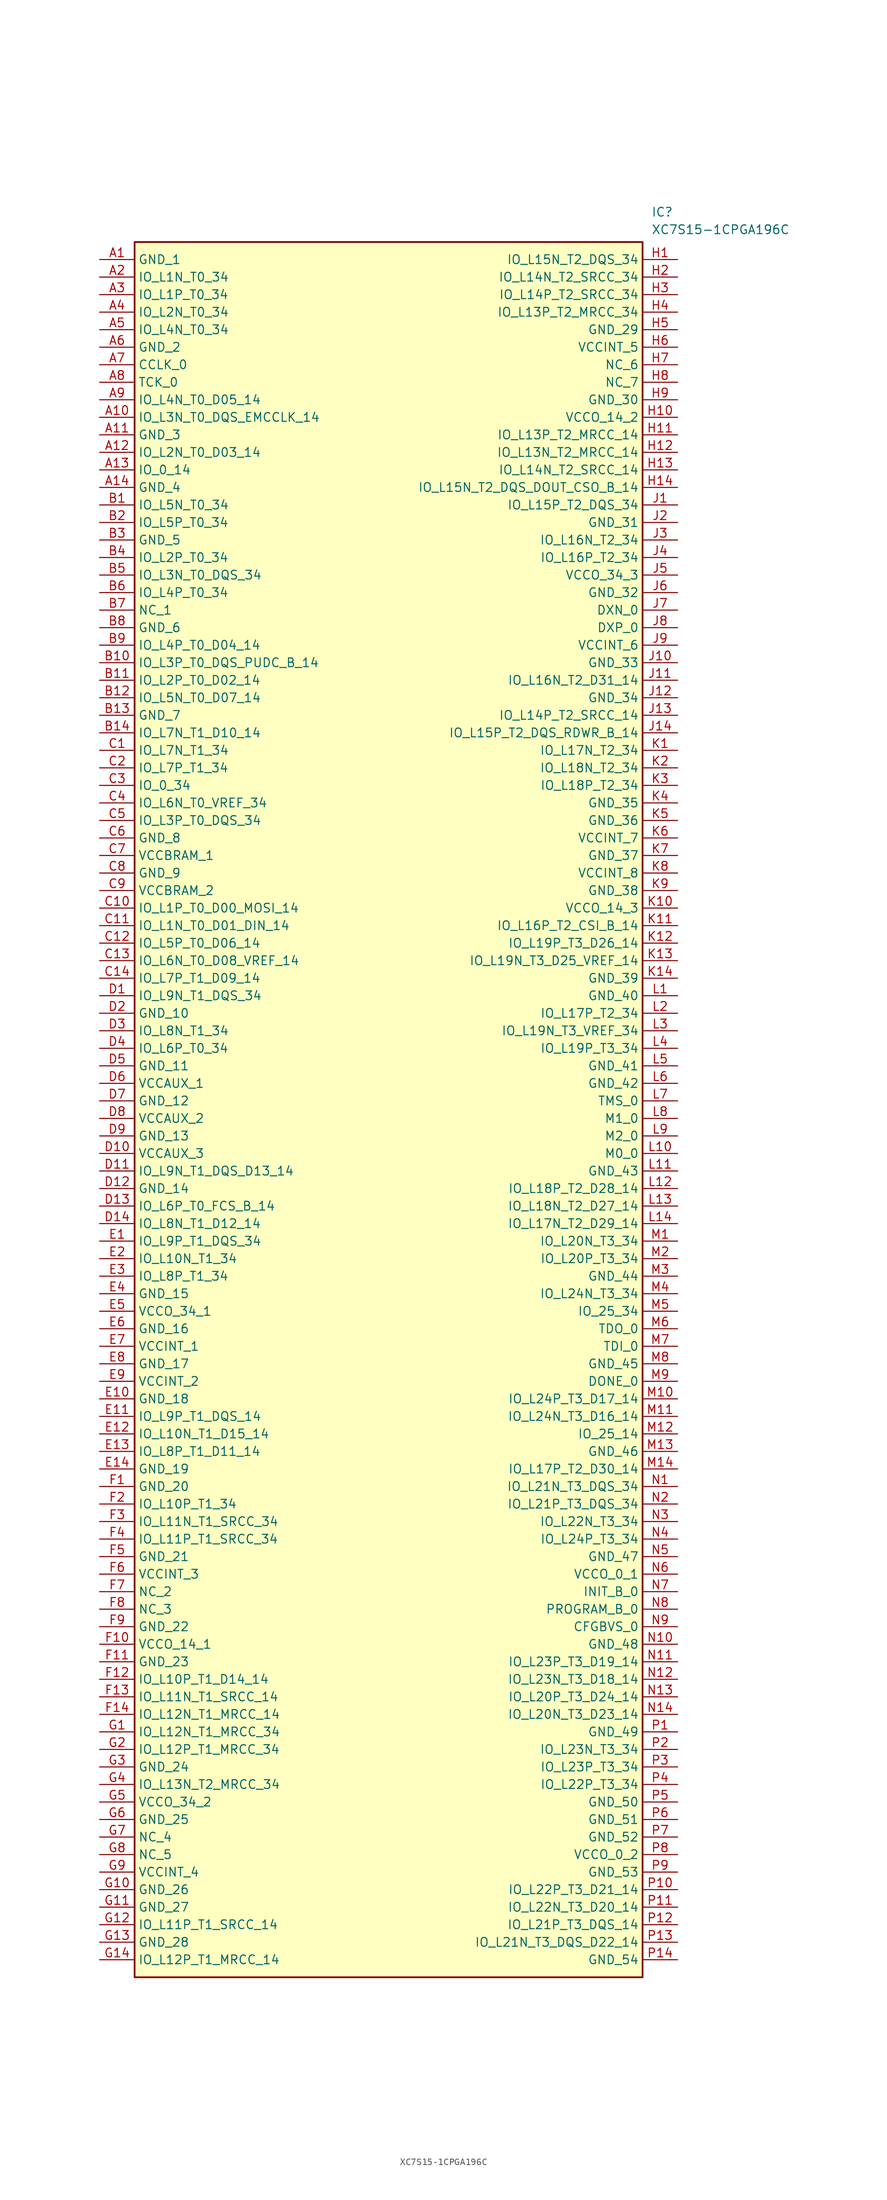
<source format=kicad_sym>
(kicad_symbol_lib
  (version 20231120)
  (generator "kicad_symbol_editor")
  (generator_version "8.0")
  (symbol "XC7S15-1CPGA196C"
    (property "Reference" "IC"
      (at 80.01 7.62 0)
      (effects (font (size 1.27 1.27)) (justify left top)))
    (property "Value" "XC7S15-1CPGA196C"
      (at 80.01 5.08 0)
      (effects (font (size 1.27 1.27)) (justify left top)))
    (symbol "XC7S15-1CPGA196C_1_1"
      (rectangle (start 5.08 2.54) (end 78.74 -248.92) (stroke (width 0.254) (type default)) (fill (type background)))
      (pin passive line (at 0 0 0) (length 5.08) (name "GND_1" (effects (font (size 1.27 1.27)))) (number "A1" (effects (font (size 1.27 1.27)))))
      (pin passive line (at 0 -22.86 0) (length 5.08) (name "IO_L3N_T0_DQS_EMCCLK_14" (effects (font (size 1.27 1.27)))) (number "A10" (effects (font (size 1.27 1.27)))))
      (pin passive line (at 0 -25.4 0) (length 5.08) (name "GND_3" (effects (font (size 1.27 1.27)))) (number "A11" (effects (font (size 1.27 1.27)))))
      (pin passive line (at 0 -27.94 0) (length 5.08) (name "IO_L2N_T0_D03_14" (effects (font (size 1.27 1.27)))) (number "A12" (effects (font (size 1.27 1.27)))))
      (pin passive line (at 0 -30.48 0) (length 5.08) (name "IO_0_14" (effects (font (size 1.27 1.27)))) (number "A13" (effects (font (size 1.27 1.27)))))
      (pin passive line (at 0 -33.02 0) (length 5.08) (name "GND_4" (effects (font (size 1.27 1.27)))) (number "A14" (effects (font (size 1.27 1.27)))))
      (pin passive line (at 0 -2.54 0) (length 5.08) (name "IO_L1N_T0_34" (effects (font (size 1.27 1.27)))) (number "A2" (effects (font (size 1.27 1.27)))))
      (pin passive line (at 0 -5.08 0) (length 5.08) (name "IO_L1P_T0_34" (effects (font (size 1.27 1.27)))) (number "A3" (effects (font (size 1.27 1.27)))))
      (pin passive line (at 0 -7.62 0) (length 5.08) (name "IO_L2N_T0_34" (effects (font (size 1.27 1.27)))) (number "A4" (effects (font (size 1.27 1.27)))))
      (pin passive line (at 0 -10.16 0) (length 5.08) (name "IO_L4N_T0_34" (effects (font (size 1.27 1.27)))) (number "A5" (effects (font (size 1.27 1.27)))))
      (pin passive line (at 0 -12.7 0) (length 5.08) (name "GND_2" (effects (font (size 1.27 1.27)))) (number "A6" (effects (font (size 1.27 1.27)))))
      (pin passive line (at 0 -15.24 0) (length 5.08) (name "CCLK_0" (effects (font (size 1.27 1.27)))) (number "A7" (effects (font (size 1.27 1.27)))))
      (pin passive line (at 0 -17.78 0) (length 5.08) (name "TCK_0" (effects (font (size 1.27 1.27)))) (number "A8" (effects (font (size 1.27 1.27)))))
      (pin passive line (at 0 -20.32 0) (length 5.08) (name "IO_L4N_T0_D05_14" (effects (font (size 1.27 1.27)))) (number "A9" (effects (font (size 1.27 1.27)))))
      (pin passive line (at 0 -35.56 0) (length 5.08) (name "IO_L5N_T0_34" (effects (font (size 1.27 1.27)))) (number "B1" (effects (font (size 1.27 1.27)))))
      (pin passive line (at 0 -58.42 0) (length 5.08) (name "IO_L3P_T0_DQS_PUDC_B_14" (effects (font (size 1.27 1.27)))) (number "B10" (effects (font (size 1.27 1.27)))))
      (pin passive line (at 0 -60.96 0) (length 5.08) (name "IO_L2P_T0_D02_14" (effects (font (size 1.27 1.27)))) (number "B11" (effects (font (size 1.27 1.27)))))
      (pin passive line (at 0 -63.5 0) (length 5.08) (name "IO_L5N_T0_D07_14" (effects (font (size 1.27 1.27)))) (number "B12" (effects (font (size 1.27 1.27)))))
      (pin passive line (at 0 -66.04 0) (length 5.08) (name "GND_7" (effects (font (size 1.27 1.27)))) (number "B13" (effects (font (size 1.27 1.27)))))
      (pin passive line (at 0 -68.58 0) (length 5.08) (name "IO_L7N_T1_D10_14" (effects (font (size 1.27 1.27)))) (number "B14" (effects (font (size 1.27 1.27)))))
      (pin passive line (at 0 -38.1 0) (length 5.08) (name "IO_L5P_T0_34" (effects (font (size 1.27 1.27)))) (number "B2" (effects (font (size 1.27 1.27)))))
      (pin passive line (at 0 -40.64 0) (length 5.08) (name "GND_5" (effects (font (size 1.27 1.27)))) (number "B3" (effects (font (size 1.27 1.27)))))
      (pin passive line (at 0 -43.18 0) (length 5.08) (name "IO_L2P_T0_34" (effects (font (size 1.27 1.27)))) (number "B4" (effects (font (size 1.27 1.27)))))
      (pin passive line (at 0 -45.72 0) (length 5.08) (name "IO_L3N_T0_DQS_34" (effects (font (size 1.27 1.27)))) (number "B5" (effects (font (size 1.27 1.27)))))
      (pin passive line (at 0 -48.26 0) (length 5.08) (name "IO_L4P_T0_34" (effects (font (size 1.27 1.27)))) (number "B6" (effects (font (size 1.27 1.27)))))
      (pin passive line (at 0 -50.8 0) (length 5.08) (name "NC_1" (effects (font (size 1.27 1.27)))) (number "B7" (effects (font (size 1.27 1.27)))))
      (pin passive line (at 0 -53.34 0) (length 5.08) (name "GND_6" (effects (font (size 1.27 1.27)))) (number "B8" (effects (font (size 1.27 1.27)))))
      (pin passive line (at 0 -55.88 0) (length 5.08) (name "IO_L4P_T0_D04_14" (effects (font (size 1.27 1.27)))) (number "B9" (effects (font (size 1.27 1.27)))))
      (pin passive line (at 0 -71.12 0) (length 5.08) (name "IO_L7N_T1_34" (effects (font (size 1.27 1.27)))) (number "C1" (effects (font (size 1.27 1.27)))))
      (pin passive line (at 0 -93.98 0) (length 5.08) (name "IO_L1P_T0_D00_MOSI_14" (effects (font (size 1.27 1.27)))) (number "C10" (effects (font (size 1.27 1.27)))))
      (pin passive line (at 0 -96.52 0) (length 5.08) (name "IO_L1N_T0_D01_DIN_14" (effects (font (size 1.27 1.27)))) (number "C11" (effects (font (size 1.27 1.27)))))
      (pin passive line (at 0 -99.06 0) (length 5.08) (name "IO_L5P_T0_D06_14" (effects (font (size 1.27 1.27)))) (number "C12" (effects (font (size 1.27 1.27)))))
      (pin passive line (at 0 -101.6 0) (length 5.08) (name "IO_L6N_T0_D08_VREF_14" (effects (font (size 1.27 1.27)))) (number "C13" (effects (font (size 1.27 1.27)))))
      (pin passive line (at 0 -104.14 0) (length 5.08) (name "IO_L7P_T1_D09_14" (effects (font (size 1.27 1.27)))) (number "C14" (effects (font (size 1.27 1.27)))))
      (pin passive line (at 0 -73.66 0) (length 5.08) (name "IO_L7P_T1_34" (effects (font (size 1.27 1.27)))) (number "C2" (effects (font (size 1.27 1.27)))))
      (pin passive line (at 0 -76.2 0) (length 5.08) (name "IO_0_34" (effects (font (size 1.27 1.27)))) (number "C3" (effects (font (size 1.27 1.27)))))
      (pin passive line (at 0 -78.74 0) (length 5.08) (name "IO_L6N_T0_VREF_34" (effects (font (size 1.27 1.27)))) (number "C4" (effects (font (size 1.27 1.27)))))
      (pin passive line (at 0 -81.28 0) (length 5.08) (name "IO_L3P_T0_DQS_34" (effects (font (size 1.27 1.27)))) (number "C5" (effects (font (size 1.27 1.27)))))
      (pin passive line (at 0 -83.82 0) (length 5.08) (name "GND_8" (effects (font (size 1.27 1.27)))) (number "C6" (effects (font (size 1.27 1.27)))))
      (pin passive line (at 0 -86.36 0) (length 5.08) (name "VCCBRAM_1" (effects (font (size 1.27 1.27)))) (number "C7" (effects (font (size 1.27 1.27)))))
      (pin passive line (at 0 -88.9 0) (length 5.08) (name "GND_9" (effects (font (size 1.27 1.27)))) (number "C8" (effects (font (size 1.27 1.27)))))
      (pin passive line (at 0 -91.44 0) (length 5.08) (name "VCCBRAM_2" (effects (font (size 1.27 1.27)))) (number "C9" (effects (font (size 1.27 1.27)))))
      (pin passive line (at 0 -106.68 0) (length 5.08) (name "IO_L9N_T1_DQS_34" (effects (font (size 1.27 1.27)))) (number "D1" (effects (font (size 1.27 1.27)))))
      (pin passive line (at 0 -129.54 0) (length 5.08) (name "VCCAUX_3" (effects (font (size 1.27 1.27)))) (number "D10" (effects (font (size 1.27 1.27)))))
      (pin passive line (at 0 -132.08 0) (length 5.08) (name "IO_L9N_T1_DQS_D13_14" (effects (font (size 1.27 1.27)))) (number "D11" (effects (font (size 1.27 1.27)))))
      (pin passive line (at 0 -134.62 0) (length 5.08) (name "GND_14" (effects (font (size 1.27 1.27)))) (number "D12" (effects (font (size 1.27 1.27)))))
      (pin passive line (at 0 -137.16 0) (length 5.08) (name "IO_L6P_T0_FCS_B_14" (effects (font (size 1.27 1.27)))) (number "D13" (effects (font (size 1.27 1.27)))))
      (pin passive line (at 0 -139.7 0) (length 5.08) (name "IO_L8N_T1_D12_14" (effects (font (size 1.27 1.27)))) (number "D14" (effects (font (size 1.27 1.27)))))
      (pin passive line (at 0 -109.22 0) (length 5.08) (name "GND_10" (effects (font (size 1.27 1.27)))) (number "D2" (effects (font (size 1.27 1.27)))))
      (pin passive line (at 0 -111.76 0) (length 5.08) (name "IO_L8N_T1_34" (effects (font (size 1.27 1.27)))) (number "D3" (effects (font (size 1.27 1.27)))))
      (pin passive line (at 0 -114.3 0) (length 5.08) (name "IO_L6P_T0_34" (effects (font (size 1.27 1.27)))) (number "D4" (effects (font (size 1.27 1.27)))))
      (pin passive line (at 0 -116.84 0) (length 5.08) (name "GND_11" (effects (font (size 1.27 1.27)))) (number "D5" (effects (font (size 1.27 1.27)))))
      (pin passive line (at 0 -119.38 0) (length 5.08) (name "VCCAUX_1" (effects (font (size 1.27 1.27)))) (number "D6" (effects (font (size 1.27 1.27)))))
      (pin passive line (at 0 -121.92 0) (length 5.08) (name "GND_12" (effects (font (size 1.27 1.27)))) (number "D7" (effects (font (size 1.27 1.27)))))
      (pin passive line (at 0 -124.46 0) (length 5.08) (name "VCCAUX_2" (effects (font (size 1.27 1.27)))) (number "D8" (effects (font (size 1.27 1.27)))))
      (pin passive line (at 0 -127 0) (length 5.08) (name "GND_13" (effects (font (size 1.27 1.27)))) (number "D9" (effects (font (size 1.27 1.27)))))
      (pin passive line (at 0 -142.24 0) (length 5.08) (name "IO_L9P_T1_DQS_34" (effects (font (size 1.27 1.27)))) (number "E1" (effects (font (size 1.27 1.27)))))
      (pin passive line (at 0 -165.1 0) (length 5.08) (name "GND_18" (effects (font (size 1.27 1.27)))) (number "E10" (effects (font (size 1.27 1.27)))))
      (pin passive line (at 0 -167.64 0) (length 5.08) (name "IO_L9P_T1_DQS_14" (effects (font (size 1.27 1.27)))) (number "E11" (effects (font (size 1.27 1.27)))))
      (pin passive line (at 0 -170.18 0) (length 5.08) (name "IO_L10N_T1_D15_14" (effects (font (size 1.27 1.27)))) (number "E12" (effects (font (size 1.27 1.27)))))
      (pin passive line (at 0 -172.72 0) (length 5.08) (name "IO_L8P_T1_D11_14" (effects (font (size 1.27 1.27)))) (number "E13" (effects (font (size 1.27 1.27)))))
      (pin passive line (at 0 -175.26 0) (length 5.08) (name "GND_19" (effects (font (size 1.27 1.27)))) (number "E14" (effects (font (size 1.27 1.27)))))
      (pin passive line (at 0 -144.78 0) (length 5.08) (name "IO_L10N_T1_34" (effects (font (size 1.27 1.27)))) (number "E2" (effects (font (size 1.27 1.27)))))
      (pin passive line (at 0 -147.32 0) (length 5.08) (name "IO_L8P_T1_34" (effects (font (size 1.27 1.27)))) (number "E3" (effects (font (size 1.27 1.27)))))
      (pin passive line (at 0 -149.86 0) (length 5.08) (name "GND_15" (effects (font (size 1.27 1.27)))) (number "E4" (effects (font (size 1.27 1.27)))))
      (pin passive line (at 0 -152.4 0) (length 5.08) (name "VCCO_34_1" (effects (font (size 1.27 1.27)))) (number "E5" (effects (font (size 1.27 1.27)))))
      (pin passive line (at 0 -154.94 0) (length 5.08) (name "GND_16" (effects (font (size 1.27 1.27)))) (number "E6" (effects (font (size 1.27 1.27)))))
      (pin passive line (at 0 -157.48 0) (length 5.08) (name "VCCINT_1" (effects (font (size 1.27 1.27)))) (number "E7" (effects (font (size 1.27 1.27)))))
      (pin passive line (at 0 -160.02 0) (length 5.08) (name "GND_17" (effects (font (size 1.27 1.27)))) (number "E8" (effects (font (size 1.27 1.27)))))
      (pin passive line (at 0 -162.56 0) (length 5.08) (name "VCCINT_2" (effects (font (size 1.27 1.27)))) (number "E9" (effects (font (size 1.27 1.27)))))
      (pin passive line (at 0 -177.8 0) (length 5.08) (name "GND_20" (effects (font (size 1.27 1.27)))) (number "F1" (effects (font (size 1.27 1.27)))))
      (pin passive line (at 0 -200.66 0) (length 5.08) (name "VCCO_14_1" (effects (font (size 1.27 1.27)))) (number "F10" (effects (font (size 1.27 1.27)))))
      (pin passive line (at 0 -203.2 0) (length 5.08) (name "GND_23" (effects (font (size 1.27 1.27)))) (number "F11" (effects (font (size 1.27 1.27)))))
      (pin passive line (at 0 -205.74 0) (length 5.08) (name "IO_L10P_T1_D14_14" (effects (font (size 1.27 1.27)))) (number "F12" (effects (font (size 1.27 1.27)))))
      (pin passive line (at 0 -208.28 0) (length 5.08) (name "IO_L11N_T1_SRCC_14" (effects (font (size 1.27 1.27)))) (number "F13" (effects (font (size 1.27 1.27)))))
      (pin passive line (at 0 -210.82 0) (length 5.08) (name "IO_L12N_T1_MRCC_14" (effects (font (size 1.27 1.27)))) (number "F14" (effects (font (size 1.27 1.27)))))
      (pin passive line (at 0 -180.34 0) (length 5.08) (name "IO_L10P_T1_34" (effects (font (size 1.27 1.27)))) (number "F2" (effects (font (size 1.27 1.27)))))
      (pin passive line (at 0 -182.88 0) (length 5.08) (name "IO_L11N_T1_SRCC_34" (effects (font (size 1.27 1.27)))) (number "F3" (effects (font (size 1.27 1.27)))))
      (pin passive line (at 0 -185.42 0) (length 5.08) (name "IO_L11P_T1_SRCC_34" (effects (font (size 1.27 1.27)))) (number "F4" (effects (font (size 1.27 1.27)))))
      (pin passive line (at 0 -187.96 0) (length 5.08) (name "GND_21" (effects (font (size 1.27 1.27)))) (number "F5" (effects (font (size 1.27 1.27)))))
      (pin passive line (at 0 -190.5 0) (length 5.08) (name "VCCINT_3" (effects (font (size 1.27 1.27)))) (number "F6" (effects (font (size 1.27 1.27)))))
      (pin passive line (at 0 -193.04 0) (length 5.08) (name "NC_2" (effects (font (size 1.27 1.27)))) (number "F7" (effects (font (size 1.27 1.27)))))
      (pin passive line (at 0 -195.58 0) (length 5.08) (name "NC_3" (effects (font (size 1.27 1.27)))) (number "F8" (effects (font (size 1.27 1.27)))))
      (pin passive line (at 0 -198.12 0) (length 5.08) (name "GND_22" (effects (font (size 1.27 1.27)))) (number "F9" (effects (font (size 1.27 1.27)))))
      (pin passive line (at 0 -213.36 0) (length 5.08) (name "IO_L12N_T1_MRCC_34" (effects (font (size 1.27 1.27)))) (number "G1" (effects (font (size 1.27 1.27)))))
      (pin passive line (at 0 -236.22 0) (length 5.08) (name "GND_26" (effects (font (size 1.27 1.27)))) (number "G10" (effects (font (size 1.27 1.27)))))
      (pin passive line (at 0 -238.76 0) (length 5.08) (name "GND_27" (effects (font (size 1.27 1.27)))) (number "G11" (effects (font (size 1.27 1.27)))))
      (pin passive line (at 0 -241.3 0) (length 5.08) (name "IO_L11P_T1_SRCC_14" (effects (font (size 1.27 1.27)))) (number "G12" (effects (font (size 1.27 1.27)))))
      (pin passive line (at 0 -243.84 0) (length 5.08) (name "GND_28" (effects (font (size 1.27 1.27)))) (number "G13" (effects (font (size 1.27 1.27)))))
      (pin passive line (at 0 -246.38 0) (length 5.08) (name "IO_L12P_T1_MRCC_14" (effects (font (size 1.27 1.27)))) (number "G14" (effects (font (size 1.27 1.27)))))
      (pin passive line (at 0 -215.9 0) (length 5.08) (name "IO_L12P_T1_MRCC_34" (effects (font (size 1.27 1.27)))) (number "G2" (effects (font (size 1.27 1.27)))))
      (pin passive line (at 0 -218.44 0) (length 5.08) (name "GND_24" (effects (font (size 1.27 1.27)))) (number "G3" (effects (font (size 1.27 1.27)))))
      (pin passive line (at 0 -220.98 0) (length 5.08) (name "IO_L13N_T2_MRCC_34" (effects (font (size 1.27 1.27)))) (number "G4" (effects (font (size 1.27 1.27)))))
      (pin passive line (at 0 -223.52 0) (length 5.08) (name "VCCO_34_2" (effects (font (size 1.27 1.27)))) (number "G5" (effects (font (size 1.27 1.27)))))
      (pin passive line (at 0 -226.06 0) (length 5.08) (name "GND_25" (effects (font (size 1.27 1.27)))) (number "G6" (effects (font (size 1.27 1.27)))))
      (pin passive line (at 0 -228.6 0) (length 5.08) (name "NC_4" (effects (font (size 1.27 1.27)))) (number "G7" (effects (font (size 1.27 1.27)))))
      (pin passive line (at 0 -231.14 0) (length 5.08) (name "NC_5" (effects (font (size 1.27 1.27)))) (number "G8" (effects (font (size 1.27 1.27)))))
      (pin passive line (at 0 -233.68 0) (length 5.08) (name "VCCINT_4" (effects (font (size 1.27 1.27)))) (number "G9" (effects (font (size 1.27 1.27)))))
      (pin passive line (at 83.82 0 180) (length 5.08) (name "IO_L15N_T2_DQS_34" (effects (font (size 1.27 1.27)))) (number "H1" (effects (font (size 1.27 1.27)))))
      (pin passive line (at 83.82 -22.86 180) (length 5.08) (name "VCCO_14_2" (effects (font (size 1.27 1.27)))) (number "H10" (effects (font (size 1.27 1.27)))))
      (pin passive line (at 83.82 -25.4 180) (length 5.08) (name "IO_L13P_T2_MRCC_14" (effects (font (size 1.27 1.27)))) (number "H11" (effects (font (size 1.27 1.27)))))
      (pin passive line (at 83.82 -27.94 180) (length 5.08) (name "IO_L13N_T2_MRCC_14" (effects (font (size 1.27 1.27)))) (number "H12" (effects (font (size 1.27 1.27)))))
      (pin passive line (at 83.82 -30.48 180) (length 5.08) (name "IO_L14N_T2_SRCC_14" (effects (font (size 1.27 1.27)))) (number "H13" (effects (font (size 1.27 1.27)))))
      (pin passive line (at 83.82 -33.02 180) (length 5.08) (name "IO_L15N_T2_DQS_DOUT_CSO_B_14" (effects (font (size 1.27 1.27)))) (number "H14" (effects (font (size 1.27 1.27)))))
      (pin passive line (at 83.82 -2.54 180) (length 5.08) (name "IO_L14N_T2_SRCC_34" (effects (font (size 1.27 1.27)))) (number "H2" (effects (font (size 1.27 1.27)))))
      (pin passive line (at 83.82 -5.08 180) (length 5.08) (name "IO_L14P_T2_SRCC_34" (effects (font (size 1.27 1.27)))) (number "H3" (effects (font (size 1.27 1.27)))))
      (pin passive line (at 83.82 -7.62 180) (length 5.08) (name "IO_L13P_T2_MRCC_34" (effects (font (size 1.27 1.27)))) (number "H4" (effects (font (size 1.27 1.27)))))
      (pin passive line (at 83.82 -10.16 180) (length 5.08) (name "GND_29" (effects (font (size 1.27 1.27)))) (number "H5" (effects (font (size 1.27 1.27)))))
      (pin passive line (at 83.82 -12.7 180) (length 5.08) (name "VCCINT_5" (effects (font (size 1.27 1.27)))) (number "H6" (effects (font (size 1.27 1.27)))))
      (pin passive line (at 83.82 -15.24 180) (length 5.08) (name "NC_6" (effects (font (size 1.27 1.27)))) (number "H7" (effects (font (size 1.27 1.27)))))
      (pin passive line (at 83.82 -17.78 180) (length 5.08) (name "NC_7" (effects (font (size 1.27 1.27)))) (number "H8" (effects (font (size 1.27 1.27)))))
      (pin passive line (at 83.82 -20.32 180) (length 5.08) (name "GND_30" (effects (font (size 1.27 1.27)))) (number "H9" (effects (font (size 1.27 1.27)))))
      (pin passive line (at 83.82 -35.56 180) (length 5.08) (name "IO_L15P_T2_DQS_34" (effects (font (size 1.27 1.27)))) (number "J1" (effects (font (size 1.27 1.27)))))
      (pin passive line (at 83.82 -58.42 180) (length 5.08) (name "GND_33" (effects (font (size 1.27 1.27)))) (number "J10" (effects (font (size 1.27 1.27)))))
      (pin passive line (at 83.82 -60.96 180) (length 5.08) (name "IO_L16N_T2_D31_14" (effects (font (size 1.27 1.27)))) (number "J11" (effects (font (size 1.27 1.27)))))
      (pin passive line (at 83.82 -63.5 180) (length 5.08) (name "GND_34" (effects (font (size 1.27 1.27)))) (number "J12" (effects (font (size 1.27 1.27)))))
      (pin passive line (at 83.82 -66.04 180) (length 5.08) (name "IO_L14P_T2_SRCC_14" (effects (font (size 1.27 1.27)))) (number "J13" (effects (font (size 1.27 1.27)))))
      (pin passive line (at 83.82 -68.58 180) (length 5.08) (name "IO_L15P_T2_DQS_RDWR_B_14" (effects (font (size 1.27 1.27)))) (number "J14" (effects (font (size 1.27 1.27)))))
      (pin passive line (at 83.82 -38.1 180) (length 5.08) (name "GND_31" (effects (font (size 1.27 1.27)))) (number "J2" (effects (font (size 1.27 1.27)))))
      (pin passive line (at 83.82 -40.64 180) (length 5.08) (name "IO_L16N_T2_34" (effects (font (size 1.27 1.27)))) (number "J3" (effects (font (size 1.27 1.27)))))
      (pin passive line (at 83.82 -43.18 180) (length 5.08) (name "IO_L16P_T2_34" (effects (font (size 1.27 1.27)))) (number "J4" (effects (font (size 1.27 1.27)))))
      (pin passive line (at 83.82 -45.72 180) (length 5.08) (name "VCCO_34_3" (effects (font (size 1.27 1.27)))) (number "J5" (effects (font (size 1.27 1.27)))))
      (pin passive line (at 83.82 -48.26 180) (length 5.08) (name "GND_32" (effects (font (size 1.27 1.27)))) (number "J6" (effects (font (size 1.27 1.27)))))
      (pin passive line (at 83.82 -50.8 180) (length 5.08) (name "DXN_0" (effects (font (size 1.27 1.27)))) (number "J7" (effects (font (size 1.27 1.27)))))
      (pin passive line (at 83.82 -53.34 180) (length 5.08) (name "DXP_0" (effects (font (size 1.27 1.27)))) (number "J8" (effects (font (size 1.27 1.27)))))
      (pin passive line (at 83.82 -55.88 180) (length 5.08) (name "VCCINT_6" (effects (font (size 1.27 1.27)))) (number "J9" (effects (font (size 1.27 1.27)))))
      (pin passive line (at 83.82 -71.12 180) (length 5.08) (name "IO_L17N_T2_34" (effects (font (size 1.27 1.27)))) (number "K1" (effects (font (size 1.27 1.27)))))
      (pin passive line (at 83.82 -93.98 180) (length 5.08) (name "VCCO_14_3" (effects (font (size 1.27 1.27)))) (number "K10" (effects (font (size 1.27 1.27)))))
      (pin passive line (at 83.82 -96.52 180) (length 5.08) (name "IO_L16P_T2_CSI_B_14" (effects (font (size 1.27 1.27)))) (number "K11" (effects (font (size 1.27 1.27)))))
      (pin passive line (at 83.82 -99.06 180) (length 5.08) (name "IO_L19P_T3_D26_14" (effects (font (size 1.27 1.27)))) (number "K12" (effects (font (size 1.27 1.27)))))
      (pin passive line (at 83.82 -101.6 180) (length 5.08) (name "IO_L19N_T3_D25_VREF_14" (effects (font (size 1.27 1.27)))) (number "K13" (effects (font (size 1.27 1.27)))))
      (pin passive line (at 83.82 -104.14 180) (length 5.08) (name "GND_39" (effects (font (size 1.27 1.27)))) (number "K14" (effects (font (size 1.27 1.27)))))
      (pin passive line (at 83.82 -73.66 180) (length 5.08) (name "IO_L18N_T2_34" (effects (font (size 1.27 1.27)))) (number "K2" (effects (font (size 1.27 1.27)))))
      (pin passive line (at 83.82 -76.2 180) (length 5.08) (name "IO_L18P_T2_34" (effects (font (size 1.27 1.27)))) (number "K3" (effects (font (size 1.27 1.27)))))
      (pin passive line (at 83.82 -78.74 180) (length 5.08) (name "GND_35" (effects (font (size 1.27 1.27)))) (number "K4" (effects (font (size 1.27 1.27)))))
      (pin passive line (at 83.82 -81.28 180) (length 5.08) (name "GND_36" (effects (font (size 1.27 1.27)))) (number "K5" (effects (font (size 1.27 1.27)))))
      (pin passive line (at 83.82 -83.82 180) (length 5.08) (name "VCCINT_7" (effects (font (size 1.27 1.27)))) (number "K6" (effects (font (size 1.27 1.27)))))
      (pin passive line (at 83.82 -86.36 180) (length 5.08) (name "GND_37" (effects (font (size 1.27 1.27)))) (number "K7" (effects (font (size 1.27 1.27)))))
      (pin passive line (at 83.82 -88.9 180) (length 5.08) (name "VCCINT_8" (effects (font (size 1.27 1.27)))) (number "K8" (effects (font (size 1.27 1.27)))))
      (pin passive line (at 83.82 -91.44 180) (length 5.08) (name "GND_38" (effects (font (size 1.27 1.27)))) (number "K9" (effects (font (size 1.27 1.27)))))
      (pin passive line (at 83.82 -106.68 180) (length 5.08) (name "GND_40" (effects (font (size 1.27 1.27)))) (number "L1" (effects (font (size 1.27 1.27)))))
      (pin passive line (at 83.82 -129.54 180) (length 5.08) (name "M0_0" (effects (font (size 1.27 1.27)))) (number "L10" (effects (font (size 1.27 1.27)))))
      (pin passive line (at 83.82 -132.08 180) (length 5.08) (name "GND_43" (effects (font (size 1.27 1.27)))) (number "L11" (effects (font (size 1.27 1.27)))))
      (pin passive line (at 83.82 -134.62 180) (length 5.08) (name "IO_L18P_T2_D28_14" (effects (font (size 1.27 1.27)))) (number "L12" (effects (font (size 1.27 1.27)))))
      (pin passive line (at 83.82 -137.16 180) (length 5.08) (name "IO_L18N_T2_D27_14" (effects (font (size 1.27 1.27)))) (number "L13" (effects (font (size 1.27 1.27)))))
      (pin passive line (at 83.82 -139.7 180) (length 5.08) (name "IO_L17N_T2_D29_14" (effects (font (size 1.27 1.27)))) (number "L14" (effects (font (size 1.27 1.27)))))
      (pin passive line (at 83.82 -109.22 180) (length 5.08) (name "IO_L17P_T2_34" (effects (font (size 1.27 1.27)))) (number "L2" (effects (font (size 1.27 1.27)))))
      (pin passive line (at 83.82 -111.76 180) (length 5.08) (name "IO_L19N_T3_VREF_34" (effects (font (size 1.27 1.27)))) (number "L3" (effects (font (size 1.27 1.27)))))
      (pin passive line (at 83.82 -114.3 180) (length 5.08) (name "IO_L19P_T3_34" (effects (font (size 1.27 1.27)))) (number "L4" (effects (font (size 1.27 1.27)))))
      (pin passive line (at 83.82 -116.84 180) (length 5.08) (name "GND_41" (effects (font (size 1.27 1.27)))) (number "L5" (effects (font (size 1.27 1.27)))))
      (pin passive line (at 83.82 -119.38 180) (length 5.08) (name "GND_42" (effects (font (size 1.27 1.27)))) (number "L6" (effects (font (size 1.27 1.27)))))
      (pin passive line (at 83.82 -121.92 180) (length 5.08) (name "TMS_0" (effects (font (size 1.27 1.27)))) (number "L7" (effects (font (size 1.27 1.27)))))
      (pin passive line (at 83.82 -124.46 180) (length 5.08) (name "M1_0" (effects (font (size 1.27 1.27)))) (number "L8" (effects (font (size 1.27 1.27)))))
      (pin passive line (at 83.82 -127 180) (length 5.08) (name "M2_0" (effects (font (size 1.27 1.27)))) (number "L9" (effects (font (size 1.27 1.27)))))
      (pin passive line (at 83.82 -142.24 180) (length 5.08) (name "IO_L20N_T3_34" (effects (font (size 1.27 1.27)))) (number "M1" (effects (font (size 1.27 1.27)))))
      (pin passive line (at 83.82 -165.1 180) (length 5.08) (name "IO_L24P_T3_D17_14" (effects (font (size 1.27 1.27)))) (number "M10" (effects (font (size 1.27 1.27)))))
      (pin passive line (at 83.82 -167.64 180) (length 5.08) (name "IO_L24N_T3_D16_14" (effects (font (size 1.27 1.27)))) (number "M11" (effects (font (size 1.27 1.27)))))
      (pin passive line (at 83.82 -170.18 180) (length 5.08) (name "IO_25_14" (effects (font (size 1.27 1.27)))) (number "M12" (effects (font (size 1.27 1.27)))))
      (pin passive line (at 83.82 -172.72 180) (length 5.08) (name "GND_46" (effects (font (size 1.27 1.27)))) (number "M13" (effects (font (size 1.27 1.27)))))
      (pin passive line (at 83.82 -175.26 180) (length 5.08) (name "IO_L17P_T2_D30_14" (effects (font (size 1.27 1.27)))) (number "M14" (effects (font (size 1.27 1.27)))))
      (pin passive line (at 83.82 -144.78 180) (length 5.08) (name "IO_L20P_T3_34" (effects (font (size 1.27 1.27)))) (number "M2" (effects (font (size 1.27 1.27)))))
      (pin passive line (at 83.82 -147.32 180) (length 5.08) (name "GND_44" (effects (font (size 1.27 1.27)))) (number "M3" (effects (font (size 1.27 1.27)))))
      (pin passive line (at 83.82 -149.86 180) (length 5.08) (name "IO_L24N_T3_34" (effects (font (size 1.27 1.27)))) (number "M4" (effects (font (size 1.27 1.27)))))
      (pin passive line (at 83.82 -152.4 180) (length 5.08) (name "IO_25_34" (effects (font (size 1.27 1.27)))) (number "M5" (effects (font (size 1.27 1.27)))))
      (pin passive line (at 83.82 -154.94 180) (length 5.08) (name "TDO_0" (effects (font (size 1.27 1.27)))) (number "M6" (effects (font (size 1.27 1.27)))))
      (pin passive line (at 83.82 -157.48 180) (length 5.08) (name "TDI_0" (effects (font (size 1.27 1.27)))) (number "M7" (effects (font (size 1.27 1.27)))))
      (pin passive line (at 83.82 -160.02 180) (length 5.08) (name "GND_45" (effects (font (size 1.27 1.27)))) (number "M8" (effects (font (size 1.27 1.27)))))
      (pin passive line (at 83.82 -162.56 180) (length 5.08) (name "DONE_0" (effects (font (size 1.27 1.27)))) (number "M9" (effects (font (size 1.27 1.27)))))
      (pin passive line (at 83.82 -177.8 180) (length 5.08) (name "IO_L21N_T3_DQS_34" (effects (font (size 1.27 1.27)))) (number "N1" (effects (font (size 1.27 1.27)))))
      (pin passive line (at 83.82 -200.66 180) (length 5.08) (name "GND_48" (effects (font (size 1.27 1.27)))) (number "N10" (effects (font (size 1.27 1.27)))))
      (pin passive line (at 83.82 -203.2 180) (length 5.08) (name "IO_L23P_T3_D19_14" (effects (font (size 1.27 1.27)))) (number "N11" (effects (font (size 1.27 1.27)))))
      (pin passive line (at 83.82 -205.74 180) (length 5.08) (name "IO_L23N_T3_D18_14" (effects (font (size 1.27 1.27)))) (number "N12" (effects (font (size 1.27 1.27)))))
      (pin passive line (at 83.82 -208.28 180) (length 5.08) (name "IO_L20P_T3_D24_14" (effects (font (size 1.27 1.27)))) (number "N13" (effects (font (size 1.27 1.27)))))
      (pin passive line (at 83.82 -210.82 180) (length 5.08) (name "IO_L20N_T3_D23_14" (effects (font (size 1.27 1.27)))) (number "N14" (effects (font (size 1.27 1.27)))))
      (pin passive line (at 83.82 -180.34 180) (length 5.08) (name "IO_L21P_T3_DQS_34" (effects (font (size 1.27 1.27)))) (number "N2" (effects (font (size 1.27 1.27)))))
      (pin passive line (at 83.82 -182.88 180) (length 5.08) (name "IO_L22N_T3_34" (effects (font (size 1.27 1.27)))) (number "N3" (effects (font (size 1.27 1.27)))))
      (pin passive line (at 83.82 -185.42 180) (length 5.08) (name "IO_L24P_T3_34" (effects (font (size 1.27 1.27)))) (number "N4" (effects (font (size 1.27 1.27)))))
      (pin passive line (at 83.82 -187.96 180) (length 5.08) (name "GND_47" (effects (font (size 1.27 1.27)))) (number "N5" (effects (font (size 1.27 1.27)))))
      (pin passive line (at 83.82 -190.5 180) (length 5.08) (name "VCCO_0_1" (effects (font (size 1.27 1.27)))) (number "N6" (effects (font (size 1.27 1.27)))))
      (pin passive line (at 83.82 -193.04 180) (length 5.08) (name "INIT_B_0" (effects (font (size 1.27 1.27)))) (number "N7" (effects (font (size 1.27 1.27)))))
      (pin passive line (at 83.82 -195.58 180) (length 5.08) (name "PROGRAM_B_0" (effects (font (size 1.27 1.27)))) (number "N8" (effects (font (size 1.27 1.27)))))
      (pin passive line (at 83.82 -198.12 180) (length 5.08) (name "CFGBVS_0" (effects (font (size 1.27 1.27)))) (number "N9" (effects (font (size 1.27 1.27)))))
      (pin passive line (at 83.82 -213.36 180) (length 5.08) (name "GND_49" (effects (font (size 1.27 1.27)))) (number "P1" (effects (font (size 1.27 1.27)))))
      (pin passive line (at 83.82 -236.22 180) (length 5.08) (name "IO_L22P_T3_D21_14" (effects (font (size 1.27 1.27)))) (number "P10" (effects (font (size 1.27 1.27)))))
      (pin passive line (at 83.82 -238.76 180) (length 5.08) (name "IO_L22N_T3_D20_14" (effects (font (size 1.27 1.27)))) (number "P11" (effects (font (size 1.27 1.27)))))
      (pin passive line (at 83.82 -241.3 180) (length 5.08) (name "IO_L21P_T3_DQS_14" (effects (font (size 1.27 1.27)))) (number "P12" (effects (font (size 1.27 1.27)))))
      (pin passive line (at 83.82 -243.84 180) (length 5.08) (name "IO_L21N_T3_DQS_D22_14" (effects (font (size 1.27 1.27)))) (number "P13" (effects (font (size 1.27 1.27)))))
      (pin passive line (at 83.82 -246.38 180) (length 5.08) (name "GND_54" (effects (font (size 1.27 1.27)))) (number "P14" (effects (font (size 1.27 1.27)))))
      (pin passive line (at 83.82 -215.9 180) (length 5.08) (name "IO_L23N_T3_34" (effects (font (size 1.27 1.27)))) (number "P2" (effects (font (size 1.27 1.27)))))
      (pin passive line (at 83.82 -218.44 180) (length 5.08) (name "IO_L23P_T3_34" (effects (font (size 1.27 1.27)))) (number "P3" (effects (font (size 1.27 1.27)))))
      (pin passive line (at 83.82 -220.98 180) (length 5.08) (name "IO_L22P_T3_34" (effects (font (size 1.27 1.27)))) (number "P4" (effects (font (size 1.27 1.27)))))
      (pin passive line (at 83.82 -223.52 180) (length 5.08) (name "GND_50" (effects (font (size 1.27 1.27)))) (number "P5" (effects (font (size 1.27 1.27)))))
      (pin passive line (at 83.82 -226.06 180) (length 5.08) (name "GND_51" (effects (font (size 1.27 1.27)))) (number "P6" (effects (font (size 1.27 1.27)))))
      (pin passive line (at 83.82 -228.6 180) (length 5.08) (name "GND_52" (effects (font (size 1.27 1.27)))) (number "P7" (effects (font (size 1.27 1.27)))))
      (pin passive line (at 83.82 -231.14 180) (length 5.08) (name "VCCO_0_2" (effects (font (size 1.27 1.27)))) (number "P8" (effects (font (size 1.27 1.27)))))
      (pin passive line (at 83.82 -233.68 180) (length 5.08) (name "GND_53" (effects (font (size 1.27 1.27)))) (number "P9" (effects (font (size 1.27 1.27))))))))
</source>
